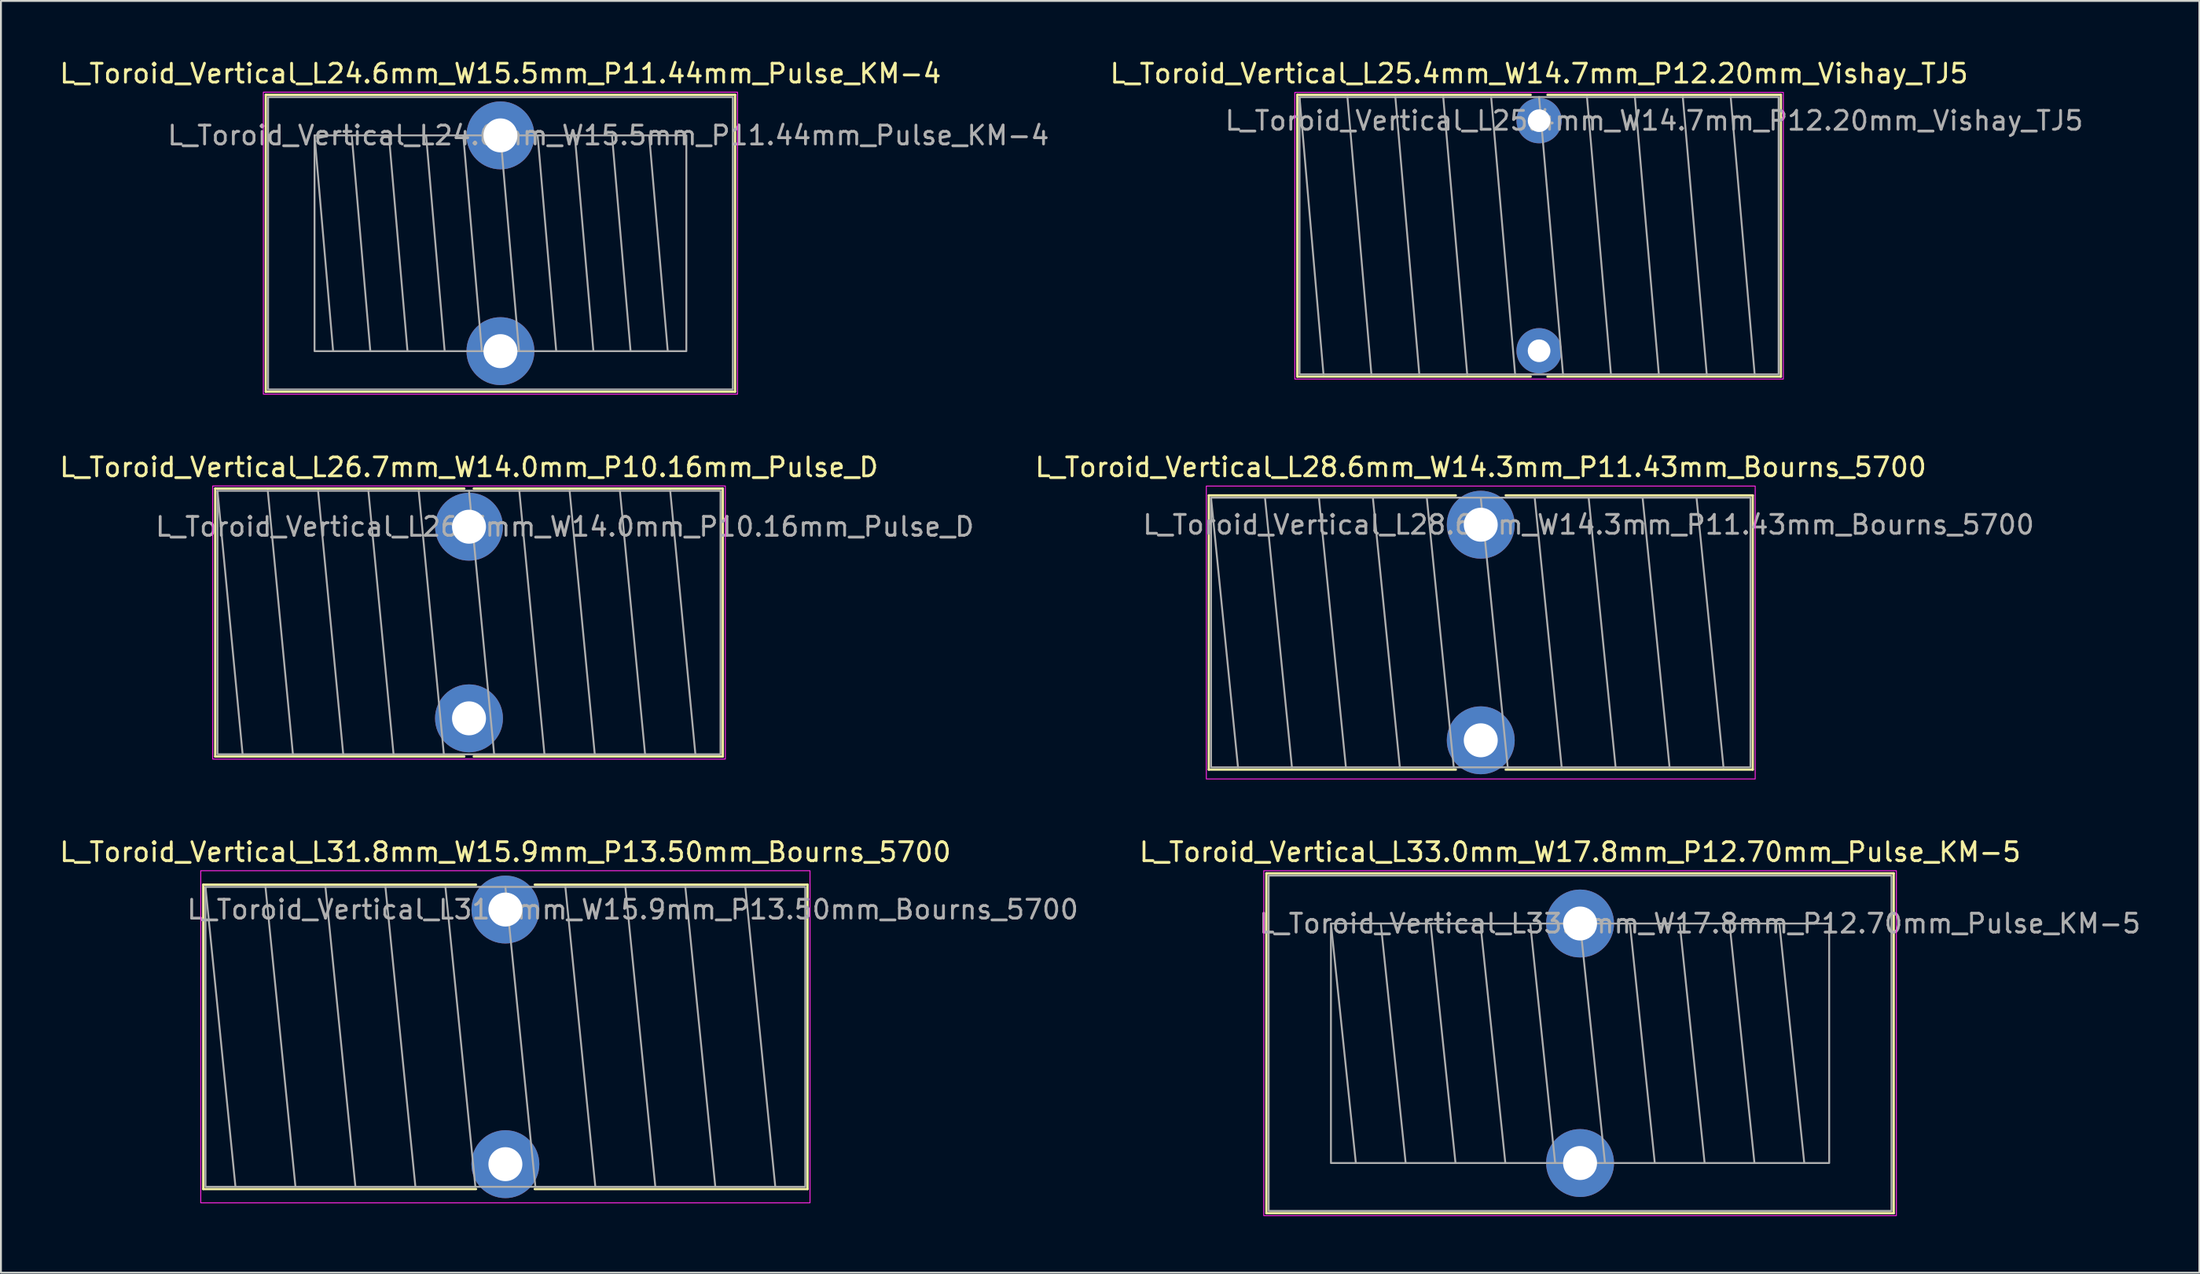
<source format=kicad_pcb>
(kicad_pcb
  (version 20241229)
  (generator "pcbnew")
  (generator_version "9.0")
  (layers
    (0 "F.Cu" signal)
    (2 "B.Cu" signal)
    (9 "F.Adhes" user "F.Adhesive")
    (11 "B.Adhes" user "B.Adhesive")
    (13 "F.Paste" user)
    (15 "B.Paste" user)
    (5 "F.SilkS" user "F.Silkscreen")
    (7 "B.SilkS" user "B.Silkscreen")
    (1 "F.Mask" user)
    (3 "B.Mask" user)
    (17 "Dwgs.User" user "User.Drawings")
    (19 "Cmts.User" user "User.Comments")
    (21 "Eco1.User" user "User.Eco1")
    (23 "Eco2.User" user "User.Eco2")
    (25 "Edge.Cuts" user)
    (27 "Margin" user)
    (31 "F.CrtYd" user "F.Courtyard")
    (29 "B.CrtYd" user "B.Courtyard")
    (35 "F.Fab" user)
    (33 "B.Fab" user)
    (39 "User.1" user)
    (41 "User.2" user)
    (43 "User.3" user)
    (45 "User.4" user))
  (footprint "L_Toroid_Vertical_L28.6mm_W14.3mm_P11.43mm_Bourns_5700"
    (layer "F.Cu")
    (at 75.455 24.771)
    (property "Reference" "L_Toroid_Vertical_L28.6mm_W14.3mm_P11.43mm_Bourns_5700" (at 0 -3.05 0) (layer "F.SilkS") (effects (font (size 1 1) (thickness 0.15))))
    (attr through_hole)
    (fp_line (start -14.42 -1.555) (end -1.32 -1.555) (stroke (width 0.12) (type solid)) (layer "F.SilkS"))
    (fp_line (start -14.42 12.985) (end -14.42 -1.555) (stroke (width 0.12) (type solid)) (layer "F.SilkS"))
    (fp_line (start -1.32 12.985) (end -14.42 12.985) (stroke (width 0.12) (type solid)) (layer "F.SilkS"))
    (fp_line (start 1.32 -1.555) (end 14.42 -1.555) (stroke (width 0.12) (type solid)) (layer "F.SilkS"))
    (fp_line (start 14.42 -1.555) (end 14.42 12.985) (stroke (width 0.12) (type solid)) (layer "F.SilkS"))
    (fp_line (start 14.42 12.985) (end 1.32 12.985) (stroke (width 0.12) (type solid)) (layer "F.SilkS"))
    (fp_rect (start -14.55 -2.05) (end 14.55 13.48) (stroke (width 0.05) (type solid)) (fill no) (layer "F.CrtYd"))
    (fp_line (start -14.3 -1.435) (end -12.87 12.865) (stroke (width 0.1) (type solid)) (layer "F.Fab"))
    (fp_line (start -11.44 -1.435) (end -10.01 12.865) (stroke (width 0.1) (type solid)) (layer "F.Fab"))
    (fp_line (start -8.58 -1.435) (end -7.15 12.865) (stroke (width 0.1) (type solid)) (layer "F.Fab"))
    (fp_line (start -5.72 -1.435) (end -4.29 12.865) (stroke (width 0.1) (type solid)) (layer "F.Fab"))
    (fp_line (start -2.86 -1.435) (end -1.43 12.865) (stroke (width 0.1) (type solid)) (layer "F.Fab"))
    (fp_line (start 0 -1.435) (end 1.43 12.865) (stroke (width 0.1) (type solid)) (layer "F.Fab"))
    (fp_line (start 2.86 -1.435) (end 4.29 12.865) (stroke (width 0.1) (type solid)) (layer "F.Fab"))
    (fp_line (start 5.72 -1.435) (end 7.15 12.865) (stroke (width 0.1) (type solid)) (layer "F.Fab"))
    (fp_line (start 8.58 -1.435) (end 10.01 12.865) (stroke (width 0.1) (type solid)) (layer "F.Fab"))
    (fp_line (start 11.44 -1.435) (end 12.87 12.865) (stroke (width 0.1) (type solid)) (layer "F.Fab"))
    (fp_rect (start -14.3 -1.435) (end 14.3 12.865) (stroke (width 0.1) (type solid)) (fill no) (layer "F.Fab"))
    (fp_text user "${REFERENCE}" (at 5.715 0 0) (layer "F.Fab") (effects (font (size 1 1) (thickness 0.15))))
    (pad "1" thru_hole circle (at 0 0) (size 3.6 3.6) (drill 1.8) (layers "*.Cu" "*.Mask"))
    (pad "2" thru_hole circle (at 0 11.43) (size 3.6 3.6) (drill 1.8) (layers "*.Cu" "*.Mask")))
  (footprint "L_Toroid_Vertical_L25.4mm_W14.7mm_P12.20mm_Vishay_TJ5"
    (layer "F.Cu")
    (at 78.547 3.348)
    (property "Reference" "L_Toroid_Vertical_L25.4mm_W14.7mm_P12.20mm_Vishay_TJ5" (at 0 -2.5 0) (layer "F.SilkS") (effects (font (size 1 1) (thickness 0.15))))
    (attr through_hole)
    (fp_line (start -12.82 -1.37) (end -0.444 -1.37) (stroke (width 0.12) (type solid)) (layer "F.SilkS"))
    (fp_line (start -12.82 13.57) (end -12.82 -1.37) (stroke (width 0.12) (type solid)) (layer "F.SilkS"))
    (fp_line (start -0.444 13.57) (end -12.82 13.57) (stroke (width 0.12) (type solid)) (layer "F.SilkS"))
    (fp_line (start 0.444 -1.37) (end 12.82 -1.37) (stroke (width 0.12) (type solid)) (layer "F.SilkS"))
    (fp_line (start 12.82 -1.37) (end 12.82 13.57) (stroke (width 0.12) (type solid)) (layer "F.SilkS"))
    (fp_line (start 12.82 13.57) (end 0.444 13.57) (stroke (width 0.12) (type solid)) (layer "F.SilkS"))
    (fp_rect (start -12.95 -1.5) (end 12.95 13.7) (stroke (width 0.05) (type solid)) (fill no) (layer "F.CrtYd"))
    (fp_line (start -12.7 -1.25) (end -11.43 13.45) (stroke (width 0.1) (type solid)) (layer "F.Fab"))
    (fp_line (start -10.16 -1.25) (end -8.89 13.45) (stroke (width 0.1) (type solid)) (layer "F.Fab"))
    (fp_line (start -7.62 -1.25) (end -6.35 13.45) (stroke (width 0.1) (type solid)) (layer "F.Fab"))
    (fp_line (start -5.08 -1.25) (end -3.81 13.45) (stroke (width 0.1) (type solid)) (layer "F.Fab"))
    (fp_line (start -2.54 -1.25) (end -1.27 13.45) (stroke (width 0.1) (type solid)) (layer "F.Fab"))
    (fp_line (start 0 -1.25) (end 1.27 13.45) (stroke (width 0.1) (type solid)) (layer "F.Fab"))
    (fp_line (start 2.54 -1.25) (end 3.81 13.45) (stroke (width 0.1) (type solid)) (layer "F.Fab"))
    (fp_line (start 5.08 -1.25) (end 6.35 13.45) (stroke (width 0.1) (type solid)) (layer "F.Fab"))
    (fp_line (start 7.62 -1.25) (end 8.89 13.45) (stroke (width 0.1) (type solid)) (layer "F.Fab"))
    (fp_line (start 10.16 -1.25) (end 11.43 13.45) (stroke (width 0.1) (type solid)) (layer "F.Fab"))
    (fp_rect (start -12.7 -1.25) (end 12.7 13.45) (stroke (width 0.1) (type solid)) (fill no) (layer "F.Fab"))
    (fp_text user "${REFERENCE}" (at 6.1 0 0) (layer "F.Fab") (effects (font (size 1 1) (thickness 0.15))))
    (pad "1" thru_hole circle (at 0 0) (size 2.4 2.4) (drill 1.2) (layers "*.Cu" "*.Mask"))
    (pad "2" thru_hole circle (at 0 12.2) (size 2.4 2.4) (drill 1.2) (layers "*.Cu" "*.Mask")))
  (footprint "L_Toroid_Vertical_L33.0mm_W17.8mm_P12.70mm_Pulse_KM-5"
    (layer "F.Cu")
    (at 80.72 45.915)
    (property "Reference" "L_Toroid_Vertical_L33.0mm_W17.8mm_P12.70mm_Pulse_KM-5" (at 0 -3.79 0) (layer "F.SilkS") (effects (font (size 1 1) (thickness 0.15))))
    (attr through_hole)
    (fp_line (start -16.63 -2.66) (end 16.63 -2.66) (stroke (width 0.12) (type solid)) (layer "F.SilkS"))
    (fp_line (start -16.63 15.36) (end -16.63 -2.66) (stroke (width 0.12) (type solid)) (layer "F.SilkS"))
    (fp_line (start 16.63 -2.66) (end 16.63 15.36) (stroke (width 0.12) (type solid)) (layer "F.SilkS"))
    (fp_line (start 16.63 15.36) (end -16.63 15.36) (stroke (width 0.12) (type solid)) (layer "F.SilkS"))
    (fp_rect (start -16.77 -2.8) (end 16.77 15.49) (stroke (width 0.05) (type solid)) (fill no) (layer "F.CrtYd"))
    (fp_line (start -13.208 0) (end -11.887 12.7) (stroke (width 0.1) (type solid)) (layer "F.Fab"))
    (fp_line (start -10.566 0) (end -9.246 12.7) (stroke (width 0.1) (type solid)) (layer "F.Fab"))
    (fp_line (start -7.925 0) (end -6.604 12.7) (stroke (width 0.1) (type solid)) (layer "F.Fab"))
    (fp_line (start -5.283 0) (end -3.962 12.7) (stroke (width 0.1) (type solid)) (layer "F.Fab"))
    (fp_line (start -2.642 0) (end -1.321 12.7) (stroke (width 0.1) (type solid)) (layer "F.Fab"))
    (fp_line (start 0 0) (end 1.321 12.7) (stroke (width 0.1) (type solid)) (layer "F.Fab"))
    (fp_line (start 2.642 0) (end 3.962 12.7) (stroke (width 0.1) (type solid)) (layer "F.Fab"))
    (fp_line (start 5.283 0) (end 6.604 12.7) (stroke (width 0.1) (type solid)) (layer "F.Fab"))
    (fp_line (start 7.925 0) (end 9.246 12.7) (stroke (width 0.1) (type solid)) (layer "F.Fab"))
    (fp_line (start 10.566 0) (end 11.887 12.7) (stroke (width 0.1) (type solid)) (layer "F.Fab"))
    (fp_rect (start -16.51 -2.54) (end 16.51 15.24) (stroke (width 0.1) (type solid)) (fill no) (layer "F.Fab"))
    (fp_rect (start -13.208 0) (end 13.208 12.7) (stroke (width 0.1) (type solid)) (fill no) (layer "F.Fab"))
    (fp_text user "${REFERENCE}" (at 6.35 0 0) (layer "F.Fab") (effects (font (size 1 1) (thickness 0.15))))
    (pad "1" thru_hole circle (at 0 0) (size 3.6 3.6) (drill 1.8) (layers "*.Cu" "*.Mask"))
    (pad "2" thru_hole circle (at 0 12.7) (size 3.6 3.6) (drill 1.8) (layers "*.Cu" "*.Mask")))
  (footprint "L_Toroid_Vertical_L26.7mm_W14.0mm_P10.16mm_Pulse_D"
    (layer "F.Cu")
    (at 21.815 24.877)
    (property "Reference" "L_Toroid_Vertical_L26.7mm_W14.0mm_P10.16mm_Pulse_D" (at 0 -3.155 0) (layer "F.SilkS") (effects (font (size 1 1) (thickness 0.15))))
    (attr through_hole)
    (fp_line (start -13.455 -2.025) (end -0.247 -2.025) (stroke (width 0.12) (type solid)) (layer "F.SilkS"))
    (fp_line (start -13.455 12.185) (end -13.455 -2.025) (stroke (width 0.12) (type solid)) (layer "F.SilkS"))
    (fp_line (start -0.247 12.185) (end -13.455 12.185) (stroke (width 0.12) (type solid)) (layer "F.SilkS"))
    (fp_line (start 0.247 -2.025) (end 13.455 -2.025) (stroke (width 0.12) (type solid)) (layer "F.SilkS"))
    (fp_line (start 13.455 -2.025) (end 13.455 12.185) (stroke (width 0.12) (type solid)) (layer "F.SilkS"))
    (fp_line (start 13.455 12.185) (end 0.247 12.185) (stroke (width 0.12) (type solid)) (layer "F.SilkS"))
    (fp_rect (start -13.59 -2.16) (end 13.59 12.32) (stroke (width 0.05) (type solid)) (fill no) (layer "F.CrtYd"))
    (fp_line (start -13.335 -1.905) (end -12.002 12.065) (stroke (width 0.1) (type solid)) (layer "F.Fab"))
    (fp_line (start -10.668 -1.905) (end -9.335 12.065) (stroke (width 0.1) (type solid)) (layer "F.Fab"))
    (fp_line (start -8.001 -1.905) (end -6.668 12.065) (stroke (width 0.1) (type solid)) (layer "F.Fab"))
    (fp_line (start -5.334 -1.905) (end -4 12.065) (stroke (width 0.1) (type solid)) (layer "F.Fab"))
    (fp_line (start -2.667 -1.905) (end -1.333 12.065) (stroke (width 0.1) (type solid)) (layer "F.Fab"))
    (fp_line (start 0 -1.905) (end 1.333 12.065) (stroke (width 0.1) (type solid)) (layer "F.Fab"))
    (fp_line (start 2.667 -1.905) (end 4 12.065) (stroke (width 0.1) (type solid)) (layer "F.Fab"))
    (fp_line (start 5.334 -1.905) (end 6.668 12.065) (stroke (width 0.1) (type solid)) (layer "F.Fab"))
    (fp_line (start 8.001 -1.905) (end 9.335 12.065) (stroke (width 0.1) (type solid)) (layer "F.Fab"))
    (fp_line (start 10.668 -1.905) (end 12.002 12.065) (stroke (width 0.1) (type solid)) (layer "F.Fab"))
    (fp_rect (start -13.335 -1.905) (end 13.335 12.065) (stroke (width 0.1) (type solid)) (fill no) (layer "F.Fab"))
    (fp_text user "${REFERENCE}" (at 5.08 0 0) (layer "F.Fab") (effects (font (size 1 1) (thickness 0.15))))
    (pad "1" thru_hole circle (at 0 0) (size 3.6 3.6) (drill 1.8) (layers "*.Cu" "*.Mask"))
    (pad "2" thru_hole circle (at 0 10.16) (size 3.6 3.6) (drill 1.8) (layers "*.Cu" "*.Mask")))
  (footprint "L_Toroid_Vertical_L24.6mm_W15.5mm_P11.44mm_Pulse_KM-4"
    (layer "F.Cu")
    (at 23.482 4.128)
    (property "Reference" "L_Toroid_Vertical_L24.6mm_W15.5mm_P11.44mm_Pulse_KM-4" (at 0 -3.28 0) (layer "F.SilkS") (effects (font (size 1 1) (thickness 0.15))))
    (attr through_hole)
    (fp_line (start -12.44 -2.15) (end 12.44 -2.15) (stroke (width 0.12) (type solid)) (layer "F.SilkS"))
    (fp_line (start -12.44 13.59) (end -12.44 -2.15) (stroke (width 0.12) (type solid)) (layer "F.SilkS"))
    (fp_line (start 12.44 -2.15) (end 12.44 13.59) (stroke (width 0.12) (type solid)) (layer "F.SilkS"))
    (fp_line (start 12.44 13.59) (end -12.44 13.59) (stroke (width 0.12) (type solid)) (layer "F.SilkS"))
    (fp_rect (start -12.57 -2.29) (end 12.57 13.72) (stroke (width 0.05) (type solid)) (fill no) (layer "F.CrtYd"))
    (fp_line (start -9.856 0) (end -8.87 11.44) (stroke (width 0.1) (type solid)) (layer "F.Fab"))
    (fp_line (start -7.885 0) (end -6.899 11.44) (stroke (width 0.1) (type solid)) (layer "F.Fab"))
    (fp_line (start -5.914 0) (end -4.928 11.44) (stroke (width 0.1) (type solid)) (layer "F.Fab"))
    (fp_line (start -3.942 0) (end -2.957 11.44) (stroke (width 0.1) (type solid)) (layer "F.Fab"))
    (fp_line (start -1.971 0) (end -0.986 11.44) (stroke (width 0.1) (type solid)) (layer "F.Fab"))
    (fp_line (start 0 0) (end 0.986 11.44) (stroke (width 0.1) (type solid)) (layer "F.Fab"))
    (fp_line (start 1.971 0) (end 2.957 11.44) (stroke (width 0.1) (type solid)) (layer "F.Fab"))
    (fp_line (start 3.942 0) (end 4.928 11.44) (stroke (width 0.1) (type solid)) (layer "F.Fab"))
    (fp_line (start 5.914 0) (end 6.899 11.44) (stroke (width 0.1) (type solid)) (layer "F.Fab"))
    (fp_line (start 7.885 0) (end 8.87 11.44) (stroke (width 0.1) (type solid)) (layer "F.Fab"))
    (fp_rect (start -12.32 -2.03) (end 12.32 13.47) (stroke (width 0.1) (type solid)) (fill no) (layer "F.Fab"))
    (fp_rect (start -9.856 0) (end 9.856 11.44) (stroke (width 0.1) (type solid)) (fill no) (layer "F.Fab"))
    (fp_text user "${REFERENCE}" (at 5.72 0 0) (layer "F.Fab") (effects (font (size 1 1) (thickness 0.15))))
    (pad "1" thru_hole circle (at 0 0) (size 3.6 3.6) (drill 1.8) (layers "*.Cu" "*.Mask"))
    (pad "2" thru_hole circle (at 0 11.44) (size 3.6 3.6) (drill 1.8) (layers "*.Cu" "*.Mask")))
  (footprint "L_Toroid_Vertical_L31.8mm_W15.9mm_P13.50mm_Bourns_5700"
    (layer "F.Cu")
    (at 23.744 45.175)
    (property "Reference" "L_Toroid_Vertical_L31.8mm_W15.9mm_P13.50mm_Bourns_5700" (at 0 -3.05 0) (layer "F.SilkS") (effects (font (size 1 1) (thickness 0.15))))
    (attr through_hole)
    (fp_line (start -16.02 -1.32) (end -1.555 -1.32) (stroke (width 0.12) (type solid)) (layer "F.SilkS"))
    (fp_line (start -16.02 14.82) (end -16.02 -1.32) (stroke (width 0.12) (type solid)) (layer "F.SilkS"))
    (fp_line (start -1.555 14.82) (end -16.02 14.82) (stroke (width 0.12) (type solid)) (layer "F.SilkS"))
    (fp_line (start 1.555 -1.32) (end 16.02 -1.32) (stroke (width 0.12) (type solid)) (layer "F.SilkS"))
    (fp_line (start 16.02 -1.32) (end 16.02 14.82) (stroke (width 0.12) (type solid)) (layer "F.SilkS"))
    (fp_line (start 16.02 14.82) (end 1.555 14.82) (stroke (width 0.12) (type solid)) (layer "F.SilkS"))
    (fp_rect (start -16.15 -2.06) (end 16.15 15.55) (stroke (width 0.05) (type solid)) (fill no) (layer "F.CrtYd"))
    (fp_line (start -15.9 -1.2) (end -14.31 14.7) (stroke (width 0.1) (type solid)) (layer "F.Fab"))
    (fp_line (start -12.72 -1.2) (end -11.13 14.7) (stroke (width 0.1) (type solid)) (layer "F.Fab"))
    (fp_line (start -9.54 -1.2) (end -7.95 14.7) (stroke (width 0.1) (type solid)) (layer "F.Fab"))
    (fp_line (start -6.36 -1.2) (end -4.77 14.7) (stroke (width 0.1) (type solid)) (layer "F.Fab"))
    (fp_line (start -3.18 -1.2) (end -1.59 14.7) (stroke (width 0.1) (type solid)) (layer "F.Fab"))
    (fp_line (start 0 -1.2) (end 1.59 14.7) (stroke (width 0.1) (type solid)) (layer "F.Fab"))
    (fp_line (start 3.18 -1.2) (end 4.77 14.7) (stroke (width 0.1) (type solid)) (layer "F.Fab"))
    (fp_line (start 6.36 -1.2) (end 7.95 14.7) (stroke (width 0.1) (type solid)) (layer "F.Fab"))
    (fp_line (start 9.54 -1.2) (end 11.13 14.7) (stroke (width 0.1) (type solid)) (layer "F.Fab"))
    (fp_line (start 12.72 -1.2) (end 14.31 14.7) (stroke (width 0.1) (type solid)) (layer "F.Fab"))
    (fp_rect (start -15.9 -1.2) (end 15.9 14.7) (stroke (width 0.1) (type solid)) (fill no) (layer "F.Fab"))
    (fp_text user "${REFERENCE}" (at 6.75 0 0) (layer "F.Fab") (effects (font (size 1 1) (thickness 0.15))))
    (pad "1" thru_hole circle (at 0 0) (size 3.6 3.6) (drill 1.8) (layers "*.Cu" "*.Mask"))
    (pad "2" thru_hole circle (at 0 13.5) (size 3.6 3.6) (drill 1.8) (layers "*.Cu" "*.Mask")))
  (gr_rect
    (start -3 -3)
    (end 113.552 64.43)
    (stroke (width 0.1) (type default))
    (fill no)
    (layer "Edge.Cuts")))
</source>
